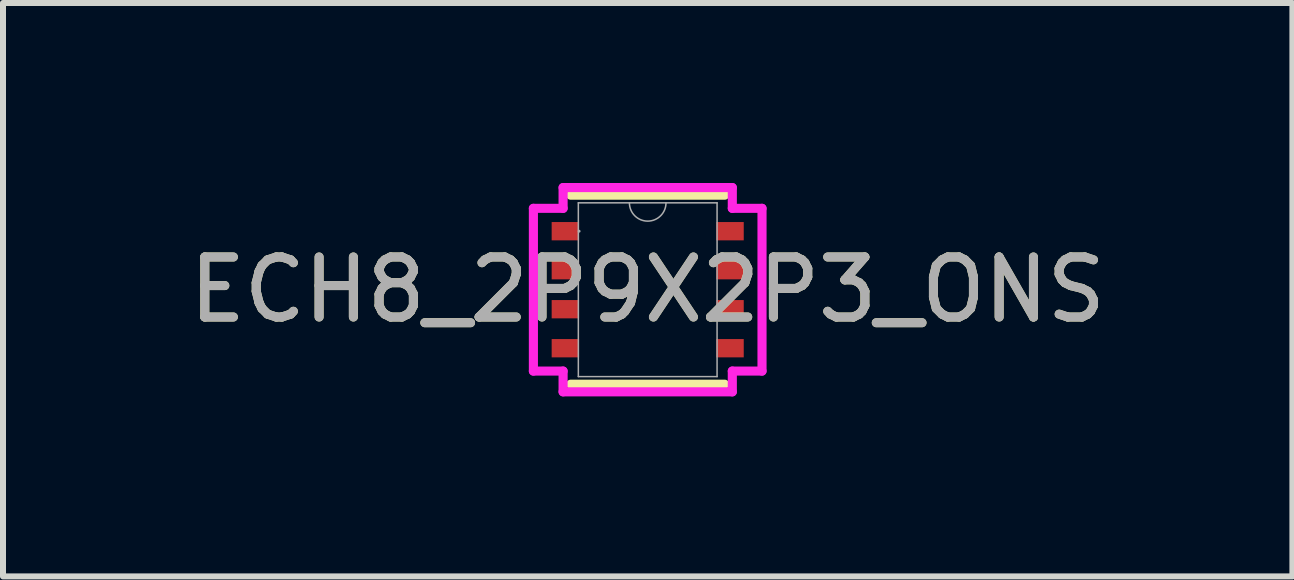
<source format=kicad_pcb>
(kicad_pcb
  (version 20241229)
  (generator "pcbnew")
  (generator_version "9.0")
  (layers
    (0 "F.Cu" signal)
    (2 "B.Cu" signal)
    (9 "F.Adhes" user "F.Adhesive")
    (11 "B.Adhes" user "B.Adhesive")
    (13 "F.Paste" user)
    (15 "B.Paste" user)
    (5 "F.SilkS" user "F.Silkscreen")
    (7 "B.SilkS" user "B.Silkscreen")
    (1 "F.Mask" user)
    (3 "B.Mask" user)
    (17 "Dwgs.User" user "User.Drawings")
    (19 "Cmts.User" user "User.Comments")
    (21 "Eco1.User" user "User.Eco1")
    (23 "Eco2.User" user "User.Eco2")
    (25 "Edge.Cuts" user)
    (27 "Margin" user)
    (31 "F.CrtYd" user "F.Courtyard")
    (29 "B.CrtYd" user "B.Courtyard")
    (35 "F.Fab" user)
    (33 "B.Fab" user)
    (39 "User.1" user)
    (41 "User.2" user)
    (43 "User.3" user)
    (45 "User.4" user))
  (footprint "ECH8_2P9X2P3_ONS"
    (layer "F.Cu")
    (at 7.744 1.778)
    (property "Reference" "ECH8_2P9X2P3_ONS" (at 0 0 0) (unlocked yes) (layer "F.SilkS") (effects (font (size 1 1) (thickness 0.15))))
    (attr smd)
    (fp_line (start -1.283 1.575) (end 1.283 1.575) (stroke (width 0.152) (type solid)) (layer "F.SilkS"))
    (fp_line (start 1.283 -1.575) (end -1.283 -1.575) (stroke (width 0.152) (type solid)) (layer "F.SilkS"))
    (fp_line (start -1.905 -1.356) (end -1.41 -1.356) (stroke (width 0.152) (type solid)) (layer "F.CrtYd"))
    (fp_line (start -1.905 1.356) (end -1.905 -1.356) (stroke (width 0.152) (type solid)) (layer "F.CrtYd"))
    (fp_line (start -1.41 -1.702) (end 1.41 -1.702) (stroke (width 0.152) (type solid)) (layer "F.CrtYd"))
    (fp_line (start -1.41 -1.356) (end -1.41 -1.702) (stroke (width 0.152) (type solid)) (layer "F.CrtYd"))
    (fp_line (start -1.41 1.356) (end -1.905 1.356) (stroke (width 0.152) (type solid)) (layer "F.CrtYd"))
    (fp_line (start -1.41 1.702) (end -1.41 1.356) (stroke (width 0.152) (type solid)) (layer "F.CrtYd"))
    (fp_line (start 1.41 -1.702) (end 1.41 -1.356) (stroke (width 0.152) (type solid)) (layer "F.CrtYd"))
    (fp_line (start 1.41 -1.356) (end 1.905 -1.356) (stroke (width 0.152) (type solid)) (layer "F.CrtYd"))
    (fp_line (start 1.41 1.356) (end 1.41 1.702) (stroke (width 0.152) (type solid)) (layer "F.CrtYd"))
    (fp_line (start 1.41 1.702) (end -1.41 1.702) (stroke (width 0.152) (type solid)) (layer "F.CrtYd"))
    (fp_line (start 1.905 -1.356) (end 1.905 1.356) (stroke (width 0.152) (type solid)) (layer "F.CrtYd"))
    (fp_line (start 1.905 1.356) (end 1.41 1.356) (stroke (width 0.152) (type solid)) (layer "F.CrtYd"))
    (fp_line (start -1.156 -1.448) (end -1.156 1.448) (stroke (width 0.025) (type solid)) (layer "F.Fab"))
    (fp_line (start -1.156 1.448) (end 1.156 1.448) (stroke (width 0.025) (type solid)) (layer "F.Fab"))
    (fp_line (start 1.156 -1.448) (end -1.156 -1.448) (stroke (width 0.025) (type solid)) (layer "F.Fab"))
    (fp_line (start 1.156 1.448) (end 1.156 -1.448) (stroke (width 0.025) (type solid)) (layer "F.Fab"))
    (fp_arc (start 0.3048 -1.4478) (mid 0 -1.143) (end -0.3048 -1.4478) (stroke (width 0.0254) (type solid)) (layer "F.Fab"))
    (fp_circle (center -1.143 -0.975) (end -1.143 -0.975) (stroke (width 0.025) (type solid)) (fill no) (layer "F.Fab"))
    (fp_text user "${REFERENCE}" (at 0 0 0) (unlocked yes) (layer "F.Fab") (effects (font (size 1 1) (thickness 0.15))))
    (pad "1" smd rect (at -1.372 -0.975) (size 0.457 0.305) (layers "F.Cu" "F.Mask" "F.Paste"))
    (pad "2" smd rect (at -1.372 -0.325) (size 0.457 0.305) (layers "F.Cu" "F.Mask" "F.Paste"))
    (pad "3" smd rect (at -1.372 0.325) (size 0.457 0.305) (layers "F.Cu" "F.Mask" "F.Paste"))
    (pad "4" smd rect (at -1.372 0.975) (size 0.457 0.305) (layers "F.Cu" "F.Mask" "F.Paste"))
    (pad "5" smd rect (at 1.372 0.975) (size 0.457 0.305) (layers "F.Cu" "F.Mask" "F.Paste"))
    (pad "6" smd rect (at 1.372 0.325) (size 0.457 0.305) (layers "F.Cu" "F.Mask" "F.Paste"))
    (pad "7" smd rect (at 1.372 -0.325) (size 0.457 0.305) (layers "F.Cu" "F.Mask" "F.Paste"))
    (pad "8" smd rect (at 1.372 -0.975) (size 0.457 0.305) (layers "F.Cu" "F.Mask" "F.Paste")))
  (gr_rect
    (start -3 -3)
    (end 18.488 6.556)
    (stroke (width 0.1) (type default))
    (fill no)
    (layer "Edge.Cuts")))
</source>
